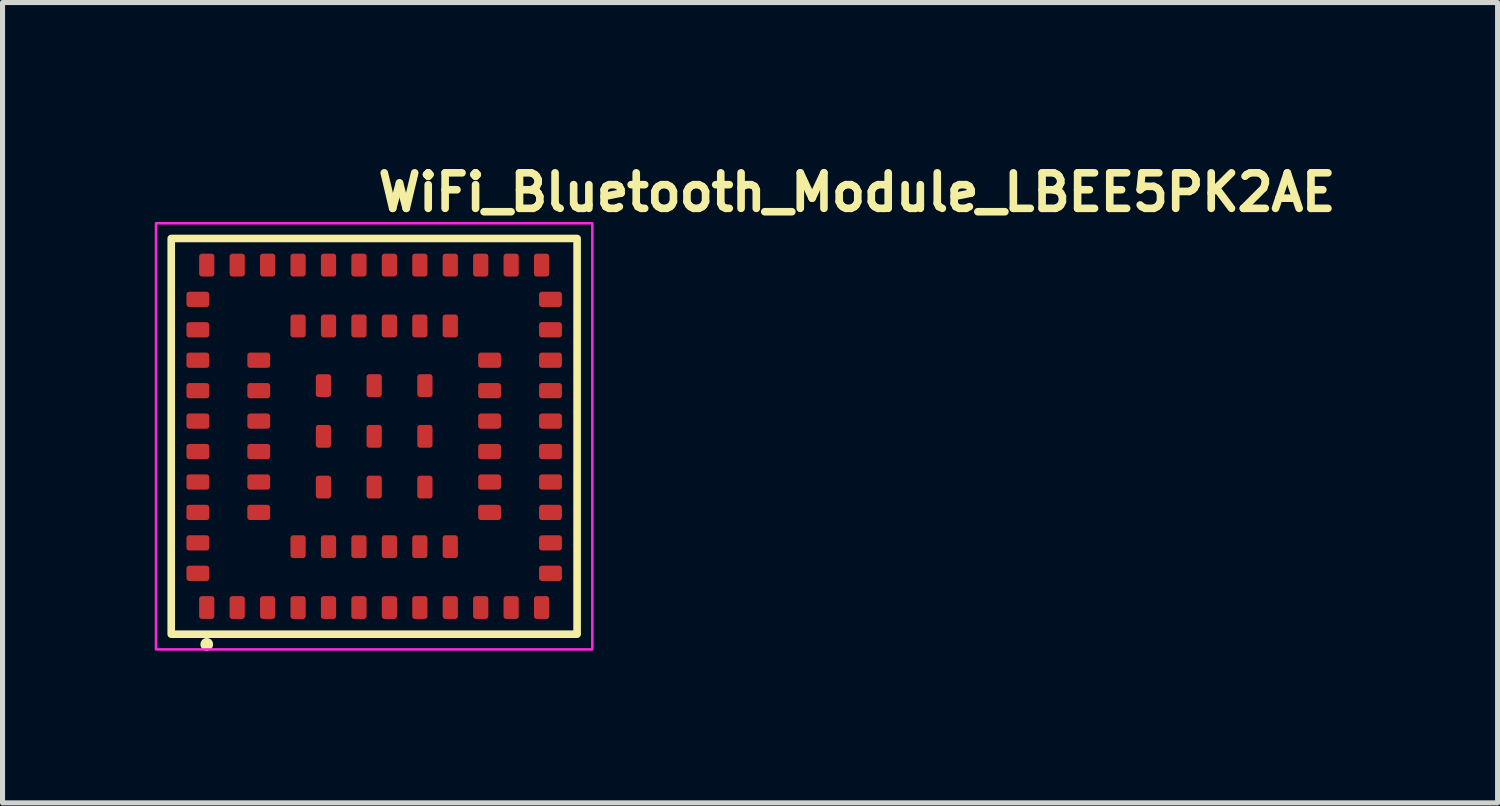
<source format=kicad_pcb>
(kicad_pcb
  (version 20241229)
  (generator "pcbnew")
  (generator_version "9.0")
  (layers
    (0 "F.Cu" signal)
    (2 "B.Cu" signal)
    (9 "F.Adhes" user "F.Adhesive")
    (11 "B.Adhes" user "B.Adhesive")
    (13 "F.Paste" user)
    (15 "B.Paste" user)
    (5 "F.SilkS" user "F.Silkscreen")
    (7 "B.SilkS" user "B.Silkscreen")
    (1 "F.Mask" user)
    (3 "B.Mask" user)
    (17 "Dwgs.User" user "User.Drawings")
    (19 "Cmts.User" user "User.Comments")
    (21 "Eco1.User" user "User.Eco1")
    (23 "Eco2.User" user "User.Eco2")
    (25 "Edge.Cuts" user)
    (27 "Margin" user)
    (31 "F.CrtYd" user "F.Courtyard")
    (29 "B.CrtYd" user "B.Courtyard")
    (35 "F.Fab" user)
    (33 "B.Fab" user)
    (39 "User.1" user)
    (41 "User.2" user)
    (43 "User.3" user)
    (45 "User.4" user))
  (footprint "WiFi_Bluetooth_Module_LBEE5PK2AE"
    (layer "F.Cu")
    (at 4.325 5.55)
    (property "Reference" "WiFi_Bluetooth_Module_LBEE5PK2AE" (at 0 -4.4 0) (layer "F.SilkS") (effects (font (size 0.7 0.7) (thickness 0.15)) (justify left bottom)))
    (attr smd)
    (fp_rect (start -4 -3.9) (end 4 3.9) (stroke (width 0.15) (type solid)) (fill no) (layer "F.SilkS"))
    (fp_circle (center -3.3 4.1) (end -3.25 4.1) (stroke (width 0.15) (type solid)) (fill yes) (layer "F.SilkS"))
    (fp_rect (start -4.3 -4.2) (end 4.3 4.2) (stroke (width 0.05) (type solid)) (fill no) (layer "F.CrtYd"))
    (fp_rect (start -4 -3.9) (end 4 3.9) (stroke (width 0.1) (type solid)) (fill no) (layer "User.5"))
    (fp_line (start -4 -3.9) (end -4 3.9) (stroke (width 0.02) (type solid)) (layer "User.9"))
    (fp_line (start -4 3.9) (end 4 3.9) (stroke (width 0.02) (type solid)) (layer "User.9"))
    (fp_line (start 4 -3.9) (end -4 -3.9) (stroke (width 0.02) (type solid)) (layer "User.9"))
    (fp_line (start 4 3.9) (end 4 -3.9) (stroke (width 0.02) (type solid)) (layer "User.9"))
    (pad "1" smd roundrect (at -3.3 3.375 180) (size 0.3 0.45) (layers "F.Cu" "F.Mask" "F.Paste") (roundrect_rratio 0.18))
    (pad "2" smd roundrect (at -2.7 3.375 180) (size 0.3 0.45) (layers "F.Cu" "F.Mask" "F.Paste") (roundrect_rratio 0.18))
    (pad "3" smd roundrect (at -2.1 3.375 180) (size 0.3 0.45) (layers "F.Cu" "F.Mask" "F.Paste") (roundrect_rratio 0.18))
    (pad "4" smd roundrect (at -1.5 3.375 180) (size 0.3 0.45) (layers "F.Cu" "F.Mask" "F.Paste") (roundrect_rratio 0.18))
    (pad "5" smd roundrect (at -0.9 3.375 180) (size 0.3 0.45) (layers "F.Cu" "F.Mask" "F.Paste") (roundrect_rratio 0.18))
    (pad "6" smd roundrect (at -0.3 3.375 180) (size 0.3 0.45) (layers "F.Cu" "F.Mask" "F.Paste") (roundrect_rratio 0.18))
    (pad "7" smd roundrect (at 0.3 3.375 180) (size 0.3 0.45) (layers "F.Cu" "F.Mask" "F.Paste") (roundrect_rratio 0.18))
    (pad "8" smd roundrect (at 0.9 3.375 180) (size 0.3 0.45) (layers "F.Cu" "F.Mask" "F.Paste") (roundrect_rratio 0.18))
    (pad "9" smd roundrect (at 1.5 3.375 180) (size 0.3 0.45) (layers "F.Cu" "F.Mask" "F.Paste") (roundrect_rratio 0.18))
    (pad "10" smd roundrect (at 2.1 3.375 180) (size 0.3 0.45) (layers "F.Cu" "F.Mask" "F.Paste") (roundrect_rratio 0.18))
    (pad "11" smd roundrect (at 2.7 3.375 180) (size 0.3 0.45) (layers "F.Cu" "F.Mask" "F.Paste") (roundrect_rratio 0.18))
    (pad "12" smd roundrect (at 3.3 3.375 180) (size 0.3 0.45) (layers "F.Cu" "F.Mask" "F.Paste") (roundrect_rratio 0.18))
    (pad "13" smd roundrect (at 3.475 2.7 90) (size 0.3 0.45) (layers "F.Cu" "F.Mask" "F.Paste") (roundrect_rratio 0.18))
    (pad "14" smd roundrect (at 3.475 2.1 90) (size 0.3 0.45) (layers "F.Cu" "F.Mask" "F.Paste") (roundrect_rratio 0.18))
    (pad "15" smd roundrect (at 3.475 1.5 90) (size 0.3 0.45) (layers "F.Cu" "F.Mask" "F.Paste") (roundrect_rratio 0.18))
    (pad "16" smd roundrect (at 3.475 0.9 90) (size 0.3 0.45) (layers "F.Cu" "F.Mask" "F.Paste") (roundrect_rratio 0.18))
    (pad "17" smd roundrect (at 3.475 0.3 90) (size 0.3 0.45) (layers "F.Cu" "F.Mask" "F.Paste") (roundrect_rratio 0.18))
    (pad "18" smd roundrect (at 3.475 -0.3 90) (size 0.3 0.45) (layers "F.Cu" "F.Mask" "F.Paste") (roundrect_rratio 0.18))
    (pad "19" smd roundrect (at 3.475 -0.9 90) (size 0.3 0.45) (layers "F.Cu" "F.Mask" "F.Paste") (roundrect_rratio 0.18))
    (pad "20" smd roundrect (at 3.475 -1.5 90) (size 0.3 0.45) (layers "F.Cu" "F.Mask" "F.Paste") (roundrect_rratio 0.18))
    (pad "21" smd roundrect (at 3.475 -2.1 90) (size 0.3 0.45) (layers "F.Cu" "F.Mask" "F.Paste") (roundrect_rratio 0.18))
    (pad "22" smd roundrect (at 3.475 -2.7 90) (size 0.3 0.45) (layers "F.Cu" "F.Mask" "F.Paste") (roundrect_rratio 0.18))
    (pad "23" smd roundrect (at 3.3 -3.375 180) (size 0.3 0.45) (layers "F.Cu" "F.Mask" "F.Paste") (roundrect_rratio 0.18))
    (pad "24" smd roundrect (at 2.7 -3.375 180) (size 0.3 0.45) (layers "F.Cu" "F.Mask" "F.Paste") (roundrect_rratio 0.18))
    (pad "25" smd roundrect (at 2.1 -3.375 180) (size 0.3 0.45) (layers "F.Cu" "F.Mask" "F.Paste") (roundrect_rratio 0.18))
    (pad "26" smd roundrect (at 1.5 -3.375 180) (size 0.3 0.45) (layers "F.Cu" "F.Mask" "F.Paste") (roundrect_rratio 0.18))
    (pad "27" smd roundrect (at 0.9 -3.375 180) (size 0.3 0.45) (layers "F.Cu" "F.Mask" "F.Paste") (roundrect_rratio 0.18))
    (pad "28" smd roundrect (at 0.3 -3.375 180) (size 0.3 0.45) (layers "F.Cu" "F.Mask" "F.Paste") (roundrect_rratio 0.18))
    (pad "29" smd roundrect (at -0.3 -3.375 180) (size 0.3 0.45) (layers "F.Cu" "F.Mask" "F.Paste") (roundrect_rratio 0.18))
    (pad "30" smd roundrect (at -0.9 -3.375 180) (size 0.3 0.45) (layers "F.Cu" "F.Mask" "F.Paste") (roundrect_rratio 0.18))
    (pad "31" smd roundrect (at -1.5 -3.375 180) (size 0.3 0.45) (layers "F.Cu" "F.Mask" "F.Paste") (roundrect_rratio 0.18))
    (pad "32" smd roundrect (at -2.1 -3.375 180) (size 0.3 0.45) (layers "F.Cu" "F.Mask" "F.Paste") (roundrect_rratio 0.18))
    (pad "33" smd roundrect (at -2.7 -3.375 180) (size 0.3 0.45) (layers "F.Cu" "F.Mask" "F.Paste") (roundrect_rratio 0.18))
    (pad "34" smd roundrect (at -3.3 -3.375 180) (size 0.3 0.45) (layers "F.Cu" "F.Mask" "F.Paste") (roundrect_rratio 0.18))
    (pad "35" smd roundrect (at -3.475 -2.7 90) (size 0.3 0.45) (layers "F.Cu" "F.Mask" "F.Paste") (roundrect_rratio 0.18))
    (pad "36" smd roundrect (at -3.475 -2.1 90) (size 0.3 0.45) (layers "F.Cu" "F.Mask" "F.Paste") (roundrect_rratio 0.18))
    (pad "37" smd roundrect (at -3.475 -1.5 90) (size 0.3 0.45) (layers "F.Cu" "F.Mask" "F.Paste") (roundrect_rratio 0.18))
    (pad "38" smd roundrect (at -3.475 -0.9 90) (size 0.3 0.45) (layers "F.Cu" "F.Mask" "F.Paste") (roundrect_rratio 0.18))
    (pad "39" smd roundrect (at -3.475 -0.3 90) (size 0.3 0.45) (layers "F.Cu" "F.Mask" "F.Paste") (roundrect_rratio 0.18))
    (pad "40" smd roundrect (at -3.475 0.3 90) (size 0.3 0.45) (layers "F.Cu" "F.Mask" "F.Paste") (roundrect_rratio 0.18))
    (pad "41" smd roundrect (at -3.475 0.9 90) (size 0.3 0.45) (layers "F.Cu" "F.Mask" "F.Paste") (roundrect_rratio 0.18))
    (pad "42" smd roundrect (at -3.475 1.5 90) (size 0.3 0.45) (layers "F.Cu" "F.Mask" "F.Paste") (roundrect_rratio 0.18))
    (pad "43" smd roundrect (at -3.475 2.1 90) (size 0.3 0.45) (layers "F.Cu" "F.Mask" "F.Paste") (roundrect_rratio 0.18))
    (pad "44" smd roundrect (at -3.475 2.7 90) (size 0.3 0.45) (layers "F.Cu" "F.Mask" "F.Paste") (roundrect_rratio 0.18))
    (pad "45" smd roundrect (at -1.5 2.175 180) (size 0.3 0.45) (layers "F.Cu" "F.Mask" "F.Paste") (roundrect_rratio 0.18))
    (pad "46" smd roundrect (at -0.9 2.175 180) (size 0.3 0.45) (layers "F.Cu" "F.Mask" "F.Paste") (roundrect_rratio 0.18))
    (pad "47" smd roundrect (at -0.3 2.175 180) (size 0.3 0.45) (layers "F.Cu" "F.Mask" "F.Paste") (roundrect_rratio 0.18))
    (pad "48" smd roundrect (at 0.3 2.175 180) (size 0.3 0.45) (layers "F.Cu" "F.Mask" "F.Paste") (roundrect_rratio 0.18))
    (pad "49" smd roundrect (at 0.9 2.175 180) (size 0.3 0.45) (layers "F.Cu" "F.Mask" "F.Paste") (roundrect_rratio 0.18))
    (pad "50" smd roundrect (at 1.5 2.175 180) (size 0.3 0.45) (layers "F.Cu" "F.Mask" "F.Paste") (roundrect_rratio 0.18))
    (pad "51" smd roundrect (at 2.275 1.5 90) (size 0.3 0.45) (layers "F.Cu" "F.Mask" "F.Paste") (roundrect_rratio 0.18))
    (pad "52" smd roundrect (at 2.275 0.9 90) (size 0.3 0.45) (layers "F.Cu" "F.Mask" "F.Paste") (roundrect_rratio 0.18))
    (pad "53" smd roundrect (at 2.275 0.3 90) (size 0.3 0.45) (layers "F.Cu" "F.Mask" "F.Paste") (roundrect_rratio 0.18))
    (pad "54" smd roundrect (at 2.275 -0.3 90) (size 0.3 0.45) (layers "F.Cu" "F.Mask" "F.Paste") (roundrect_rratio 0.18))
    (pad "55" smd roundrect (at 2.275 -0.9 90) (size 0.3 0.45) (layers "F.Cu" "F.Mask" "F.Paste") (roundrect_rratio 0.18))
    (pad "56" smd roundrect (at 2.275 -1.5 90) (size 0.3 0.45) (layers "F.Cu" "F.Mask" "F.Paste") (roundrect_rratio 0.18))
    (pad "57" smd roundrect (at 1.5 -2.175 180) (size 0.3 0.45) (layers "F.Cu" "F.Mask" "F.Paste") (roundrect_rratio 0.18))
    (pad "58" smd roundrect (at 0.9 -2.175 180) (size 0.3 0.45) (layers "F.Cu" "F.Mask" "F.Paste") (roundrect_rratio 0.18))
    (pad "59" smd roundrect (at 0.3 -2.175 180) (size 0.3 0.45) (layers "F.Cu" "F.Mask" "F.Paste") (roundrect_rratio 0.18))
    (pad "60" smd roundrect (at -0.3 -2.175 180) (size 0.3 0.45) (layers "F.Cu" "F.Mask" "F.Paste") (roundrect_rratio 0.18))
    (pad "61" smd roundrect (at -0.9 -2.175 180) (size 0.3 0.45) (layers "F.Cu" "F.Mask" "F.Paste") (roundrect_rratio 0.18))
    (pad "62" smd roundrect (at -1.5 -2.175 180) (size 0.3 0.45) (layers "F.Cu" "F.Mask" "F.Paste") (roundrect_rratio 0.18))
    (pad "63" smd roundrect (at -2.275 -1.5 90) (size 0.3 0.45) (layers "F.Cu" "F.Mask" "F.Paste") (roundrect_rratio 0.18))
    (pad "64" smd roundrect (at -2.275 -0.9 90) (size 0.3 0.45) (layers "F.Cu" "F.Mask" "F.Paste") (roundrect_rratio 0.18))
    (pad "65" smd roundrect (at -2.275 -0.3 90) (size 0.3 0.45) (layers "F.Cu" "F.Mask" "F.Paste") (roundrect_rratio 0.18))
    (pad "66" smd roundrect (at -2.275 0.3 90) (size 0.3 0.45) (layers "F.Cu" "F.Mask" "F.Paste") (roundrect_rratio 0.18))
    (pad "67" smd roundrect (at -2.275 0.9 90) (size 0.3 0.45) (layers "F.Cu" "F.Mask" "F.Paste") (roundrect_rratio 0.18))
    (pad "68" smd roundrect (at -2.275 1.5 90) (size 0.3 0.45) (layers "F.Cu" "F.Mask" "F.Paste") (roundrect_rratio 0.18))
    (pad "69" smd roundrect (at -1 1 180) (size 0.3 0.45) (layers "F.Cu" "F.Mask" "F.Paste") (roundrect_rratio 0.18))
    (pad "70" smd roundrect (at 0 1 180) (size 0.3 0.45) (layers "F.Cu" "F.Mask" "F.Paste") (roundrect_rratio 0.18))
    (pad "71" smd roundrect (at 1 1 180) (size 0.3 0.45) (layers "F.Cu" "F.Mask" "F.Paste") (roundrect_rratio 0.18))
    (pad "72" smd roundrect (at 1 0 180) (size 0.3 0.45) (layers "F.Cu" "F.Mask" "F.Paste") (roundrect_rratio 0.18))
    (pad "73" smd roundrect (at 1 -1 180) (size 0.3 0.45) (layers "F.Cu" "F.Mask" "F.Paste") (roundrect_rratio 0.18))
    (pad "74" smd roundrect (at 0 -1 180) (size 0.3 0.45) (layers "F.Cu" "F.Mask" "F.Paste") (roundrect_rratio 0.18))
    (pad "75" smd roundrect (at -1 -1 180) (size 0.3 0.45) (layers "F.Cu" "F.Mask" "F.Paste") (roundrect_rratio 0.18))
    (pad "76" smd roundrect (at -1 0 180) (size 0.3 0.45) (layers "F.Cu" "F.Mask" "F.Paste") (roundrect_rratio 0.18))
    (pad "77" smd roundrect (at 0 0 180) (size 0.3 0.45) (layers "F.Cu" "F.Mask" "F.Paste") (roundrect_rratio 0.18)))
  (gr_rect
    (start -3 -3)
    (end 26.468 12.775)
    (stroke (width 0.1) (type default))
    (fill no)
    (layer "Edge.Cuts")))
</source>
